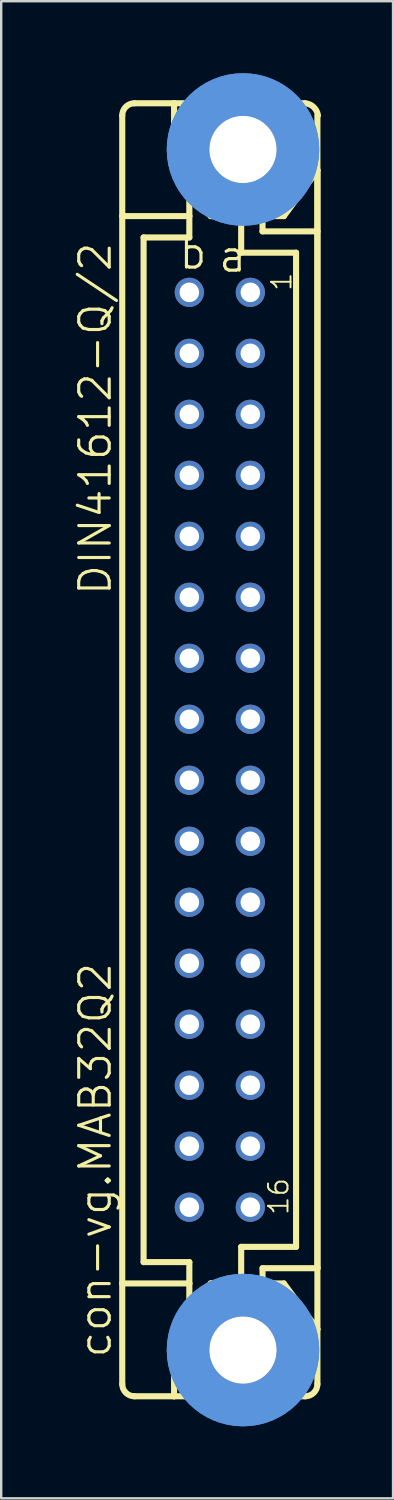
<source format=kicad_pcb>
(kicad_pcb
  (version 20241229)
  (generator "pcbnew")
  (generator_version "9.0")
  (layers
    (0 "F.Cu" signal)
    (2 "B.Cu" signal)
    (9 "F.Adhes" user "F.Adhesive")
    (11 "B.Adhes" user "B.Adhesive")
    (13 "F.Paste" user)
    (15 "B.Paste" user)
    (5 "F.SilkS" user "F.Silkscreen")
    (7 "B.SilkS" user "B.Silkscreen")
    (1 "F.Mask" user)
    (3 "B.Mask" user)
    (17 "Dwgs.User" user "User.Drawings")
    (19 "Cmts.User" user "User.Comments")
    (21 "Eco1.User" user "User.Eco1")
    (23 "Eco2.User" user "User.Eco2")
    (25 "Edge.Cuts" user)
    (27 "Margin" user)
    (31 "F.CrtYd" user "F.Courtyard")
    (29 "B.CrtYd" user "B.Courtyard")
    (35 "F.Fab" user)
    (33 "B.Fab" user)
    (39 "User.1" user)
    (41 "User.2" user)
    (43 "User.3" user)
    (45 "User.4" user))
  (footprint "con-vg.MAB32Q2"
    (layer "F.Cu")
    (at 6.105 28.175)
    (property "Reference" "con-vg.MAB32Q2" (at -4.445 25.4 90) (layer "F.SilkS") (effects (font (size 1.27 1.27) (thickness 0.13)) (justify left bottom)))
    (attr through_hole)
    (fp_line (start -4.064 -22.225) (end -4.064 -26.416) (stroke (width 0.254) (type default)) (layer "F.SilkS"))
    (fp_line (start -4.064 -22.225) (end -4.064 22.225) (stroke (width 0.254) (type default)) (layer "F.SilkS"))
    (fp_line (start -4.064 22.225) (end -4.064 26.416) (stroke (width 0.254) (type default)) (layer "F.SilkS"))
    (fp_line (start -3.556 26.924) (end -1.905 26.924) (stroke (width 0.254) (type default)) (layer "F.SilkS"))
    (fp_line (start -3.175 21.336) (end -3.175 -21.336) (stroke (width 0.254) (type default)) (layer "F.SilkS"))
    (fp_line (start -1.905 -26.924) (end -3.556 -26.924) (stroke (width 0.254) (type default)) (layer "F.SilkS"))
    (fp_line (start -1.905 -26.924) (end -1.905 -24.13) (stroke (width 0.254) (type default)) (layer "F.SilkS"))
    (fp_line (start -1.905 26.924) (end -1.905 24.13) (stroke (width 0.254) (type default)) (layer "F.SilkS"))
    (fp_line (start -1.905 26.924) (end 3.556 26.924) (stroke (width 0.254) (type default)) (layer "F.SilkS"))
    (fp_line (start -1.27 -22.225) (end -4.064 -22.225) (stroke (width 0.254) (type default)) (layer "F.SilkS"))
    (fp_line (start -1.27 -22.225) (end -1.27 -23.368) (stroke (width 0.254) (type default)) (layer "F.SilkS"))
    (fp_line (start -1.27 -22.225) (end -1.27 -21.336) (stroke (width 0.254) (type default)) (layer "F.SilkS"))
    (fp_line (start -1.27 -21.336) (end -3.175 -21.336) (stroke (width 0.254) (type default)) (layer "F.SilkS"))
    (fp_line (start -1.27 21.336) (end -3.175 21.336) (stroke (width 0.254) (type default)) (layer "F.SilkS"))
    (fp_line (start -1.27 22.225) (end -4.064 22.225) (stroke (width 0.254) (type default)) (layer "F.SilkS"))
    (fp_line (start -1.27 22.225) (end -1.27 21.336) (stroke (width 0.254) (type default)) (layer "F.SilkS"))
    (fp_line (start -1.27 22.225) (end -1.27 23.368) (stroke (width 0.254) (type default)) (layer "F.SilkS"))
    (fp_line (start -0.381 -22.225) (end -1.905 -24.13) (stroke (width 0.254) (type default)) (layer "F.SilkS"))
    (fp_line (start -0.381 -22.225) (end 0.889 -22.225) (stroke (width 0.254) (type default)) (layer "F.SilkS"))
    (fp_line (start -0.381 22.225) (end -1.905 24.13) (stroke (width 0.254) (type default)) (layer "F.SilkS"))
    (fp_line (start -0.381 22.225) (end 0.889 22.225) (stroke (width 0.254) (type default)) (layer "F.SilkS"))
    (fp_line (start 0.889 -22.225) (end 1.778 -22.225) (stroke (width 0.254) (type default)) (layer "F.SilkS"))
    (fp_line (start 0.889 -20.701) (end 0.889 -22.225) (stroke (width 0.254) (type default)) (layer "F.SilkS"))
    (fp_line (start 0.889 22.225) (end 0.889 20.701) (stroke (width 0.254) (type default)) (layer "F.SilkS"))
    (fp_line (start 0.889 22.225) (end 1.778 22.225) (stroke (width 0.254) (type default)) (layer "F.SilkS"))
    (fp_line (start 1.778 -22.225) (end 1.778 -21.59) (stroke (width 0.254) (type default)) (layer "F.SilkS"))
    (fp_line (start 1.778 -22.225) (end 2.667 -22.225) (stroke (width 0.254) (type default)) (layer "F.SilkS"))
    (fp_line (start 1.778 -21.59) (end 4.064 -21.59) (stroke (width 0.254) (type default)) (layer "F.SilkS"))
    (fp_line (start 1.778 21.59) (end 4.064 21.59) (stroke (width 0.254) (type default)) (layer "F.SilkS"))
    (fp_line (start 1.778 22.225) (end 1.778 21.59) (stroke (width 0.254) (type default)) (layer "F.SilkS"))
    (fp_line (start 1.778 22.225) (end 2.667 22.225) (stroke (width 0.254) (type default)) (layer "F.SilkS"))
    (fp_line (start 2.667 -22.225) (end 4.064 -24.13) (stroke (width 0.254) (type default)) (layer "F.SilkS"))
    (fp_line (start 2.667 22.225) (end 4.064 24.13) (stroke (width 0.254) (type default)) (layer "F.SilkS"))
    (fp_line (start 3.175 -20.701) (end 0.889 -20.701) (stroke (width 0.254) (type default)) (layer "F.SilkS"))
    (fp_line (start 3.175 20.701) (end 0.889 20.701) (stroke (width 0.254) (type default)) (layer "F.SilkS"))
    (fp_line (start 3.175 20.701) (end 3.175 -20.701) (stroke (width 0.254) (type default)) (layer "F.SilkS"))
    (fp_line (start 3.556 -26.924) (end -1.905 -26.924) (stroke (width 0.254) (type default)) (layer "F.SilkS"))
    (fp_line (start 4.064 -24.13) (end 4.064 -26.416) (stroke (width 0.254) (type default)) (layer "F.SilkS"))
    (fp_line (start 4.064 -24.13) (end 4.064 -21.59) (stroke (width 0.254) (type default)) (layer "F.SilkS"))
    (fp_line (start 4.064 -21.59) (end 4.064 21.59) (stroke (width 0.254) (type default)) (layer "F.SilkS"))
    (fp_line (start 4.064 21.59) (end 4.064 -24.13) (stroke (width 0.254) (type default)) (layer "F.SilkS"))
    (fp_line (start 4.064 21.59) (end 4.064 24.13) (stroke (width 0.254) (type default)) (layer "F.SilkS"))
    (fp_line (start 4.064 24.13) (end 4.064 26.416) (stroke (width 0.254) (type default)) (layer "F.SilkS"))
    (fp_arc (start -4.064 -26.416) (mid -3.91521 -26.77521) (end -3.556 -26.924) (stroke (width 0.254) (type default)) (layer "F.SilkS"))
    (fp_arc (start -3.556 26.924) (mid -3.91521 26.77521) (end -4.064 26.416) (stroke (width 0.254) (type default)) (layer "F.SilkS"))
    (fp_arc (start 3.556 -26.924) (mid 3.909437 -26.764315) (end 4.086 -26.419) (stroke (width 0.254) (type default)) (layer "F.SilkS"))
    (fp_arc (start 4.064 26.416) (mid 3.91521 26.77521) (end 3.556 26.924) (stroke (width 0.254) (type default)) (layer "F.SilkS"))
    (fp_circle (center 0.965 -25) (end 2.235 -25) (stroke (width 0.254) (type default)) (fill no) (layer "F.SilkS"))
    (fp_circle (center 0.965 25) (end 2.235 25) (stroke (width 0.254) (type default)) (fill no) (layer "F.SilkS"))
    (fp_circle (center 0.965 -25) (end 3.251 -25) (stroke (width 1.778) (type default)) (fill no) (layer "Cmts.User"))
    (fp_circle (center 0.965 -25) (end 3.251 -25) (stroke (width 1.778) (type default)) (fill no) (layer "Cmts.User"))
    (fp_circle (center 0.965 25) (end 3.251 25) (stroke (width 1.778) (type default)) (fill no) (layer "Cmts.User"))
    (fp_circle (center 0.965 25) (end 3.251 25) (stroke (width 1.778) (type default)) (fill no) (layer "Cmts.User"))
    (fp_text user "a" (at -0.127 -19.812 0) (layer "F.SilkS") (effects (font (size 1.27 1.27) (thickness 0.13)) (justify left bottom)))
    (fp_text user "b" (at -1.778 -19.939 0) (layer "F.SilkS") (effects (font (size 1.27 1.27) (thickness 0.13)) (justify left bottom)))
    (fp_text user "1" (at 3.048 -19.05 90) (layer "F.SilkS") (effects (font (size 0.813 0.813) (thickness 0.08)) (justify left bottom)))
    (fp_text user "16" (at 2.921 19.431 90) (layer "F.SilkS") (effects (font (size 0.813 0.813) (thickness 0.08)) (justify left bottom)))
    (fp_text user "DIN41612-Q/2" (at -4.445 -6.35 90) (layer "F.SilkS") (effects (font (size 1.27 1.27) (thickness 0.13)) (justify left bottom)))
    (pad "" np_thru_hole circle (at 0.965 -25) (size 2.794 2.794) (drill 2.794) (layers "*.Cu" "*.Mask"))
    (pad "" np_thru_hole circle (at 0.965 25) (size 2.794 2.794) (drill 2.794) (layers "*.Cu" "*.Mask"))
    (pad "A1" thru_hole circle (at 1.27 -19.05) (size 1.219 1.219) (drill 0.813) (layers "*.Cu" "*.Mask"))
    (pad "A2" thru_hole circle (at 1.27 -16.51) (size 1.219 1.219) (drill 0.813) (layers "*.Cu" "*.Mask"))
    (pad "A3" thru_hole circle (at 1.27 -13.97) (size 1.219 1.219) (drill 0.813) (layers "*.Cu" "*.Mask"))
    (pad "A4" thru_hole circle (at 1.27 -11.43) (size 1.219 1.219) (drill 0.813) (layers "*.Cu" "*.Mask"))
    (pad "A5" thru_hole circle (at 1.27 -8.89) (size 1.219 1.219) (drill 0.813) (layers "*.Cu" "*.Mask"))
    (pad "A6" thru_hole circle (at 1.27 -6.35) (size 1.219 1.219) (drill 0.813) (layers "*.Cu" "*.Mask"))
    (pad "A7" thru_hole circle (at 1.27 -3.81) (size 1.219 1.219) (drill 0.813) (layers "*.Cu" "*.Mask"))
    (pad "A8" thru_hole circle (at 1.27 -1.27) (size 1.219 1.219) (drill 0.813) (layers "*.Cu" "*.Mask"))
    (pad "A9" thru_hole circle (at 1.27 1.27) (size 1.219 1.219) (drill 0.813) (layers "*.Cu" "*.Mask"))
    (pad "A10" thru_hole circle (at 1.27 3.81) (size 1.219 1.219) (drill 0.813) (layers "*.Cu" "*.Mask"))
    (pad "A11" thru_hole circle (at 1.27 6.35) (size 1.219 1.219) (drill 0.813) (layers "*.Cu" "*.Mask"))
    (pad "A12" thru_hole circle (at 1.27 8.89) (size 1.219 1.219) (drill 0.813) (layers "*.Cu" "*.Mask"))
    (pad "A13" thru_hole circle (at 1.27 11.43) (size 1.219 1.219) (drill 0.813) (layers "*.Cu" "*.Mask"))
    (pad "A14" thru_hole circle (at 1.27 13.97) (size 1.219 1.219) (drill 0.813) (layers "*.Cu" "*.Mask"))
    (pad "A15" thru_hole circle (at 1.27 16.51) (size 1.219 1.219) (drill 0.813) (layers "*.Cu" "*.Mask"))
    (pad "A16" thru_hole circle (at 1.27 19.05) (size 1.219 1.219) (drill 0.813) (layers "*.Cu" "*.Mask"))
    (pad "B1" thru_hole circle (at -1.27 -19.05) (size 1.219 1.219) (drill 0.813) (layers "*.Cu" "*.Mask"))
    (pad "B2" thru_hole circle (at -1.27 -16.51) (size 1.219 1.219) (drill 0.813) (layers "*.Cu" "*.Mask"))
    (pad "B3" thru_hole circle (at -1.27 -13.97) (size 1.219 1.219) (drill 0.813) (layers "*.Cu" "*.Mask"))
    (pad "B4" thru_hole circle (at -1.27 -11.43) (size 1.219 1.219) (drill 0.813) (layers "*.Cu" "*.Mask"))
    (pad "B5" thru_hole circle (at -1.27 -8.89) (size 1.219 1.219) (drill 0.813) (layers "*.Cu" "*.Mask"))
    (pad "B6" thru_hole circle (at -1.27 -6.35) (size 1.219 1.219) (drill 0.813) (layers "*.Cu" "*.Mask"))
    (pad "B7" thru_hole circle (at -1.27 -3.81) (size 1.219 1.219) (drill 0.813) (layers "*.Cu" "*.Mask"))
    (pad "B8" thru_hole circle (at -1.27 -1.27) (size 1.219 1.219) (drill 0.813) (layers "*.Cu" "*.Mask"))
    (pad "B9" thru_hole circle (at -1.27 1.27) (size 1.219 1.219) (drill 0.813) (layers "*.Cu" "*.Mask"))
    (pad "B10" thru_hole circle (at -1.27 3.81) (size 1.219 1.219) (drill 0.813) (layers "*.Cu" "*.Mask"))
    (pad "B11" thru_hole circle (at -1.27 6.35) (size 1.219 1.219) (drill 0.813) (layers "*.Cu" "*.Mask"))
    (pad "B12" thru_hole circle (at -1.27 8.89) (size 1.219 1.219) (drill 0.813) (layers "*.Cu" "*.Mask"))
    (pad "B13" thru_hole circle (at -1.27 11.43) (size 1.219 1.219) (drill 0.813) (layers "*.Cu" "*.Mask"))
    (pad "B14" thru_hole circle (at -1.27 13.97) (size 1.219 1.219) (drill 0.813) (layers "*.Cu" "*.Mask"))
    (pad "B15" thru_hole circle (at -1.27 16.51) (size 1.219 1.219) (drill 0.813) (layers "*.Cu" "*.Mask"))
    (pad "B16" thru_hole circle (at -1.27 19.05) (size 1.219 1.219) (drill 0.813) (layers "*.Cu" "*.Mask")))
  (gr_rect
    (start -3 -3)
    (end 13.318 59.35)
    (stroke (width 0.1) (type default))
    (fill no)
    (layer "Edge.Cuts")))
</source>
